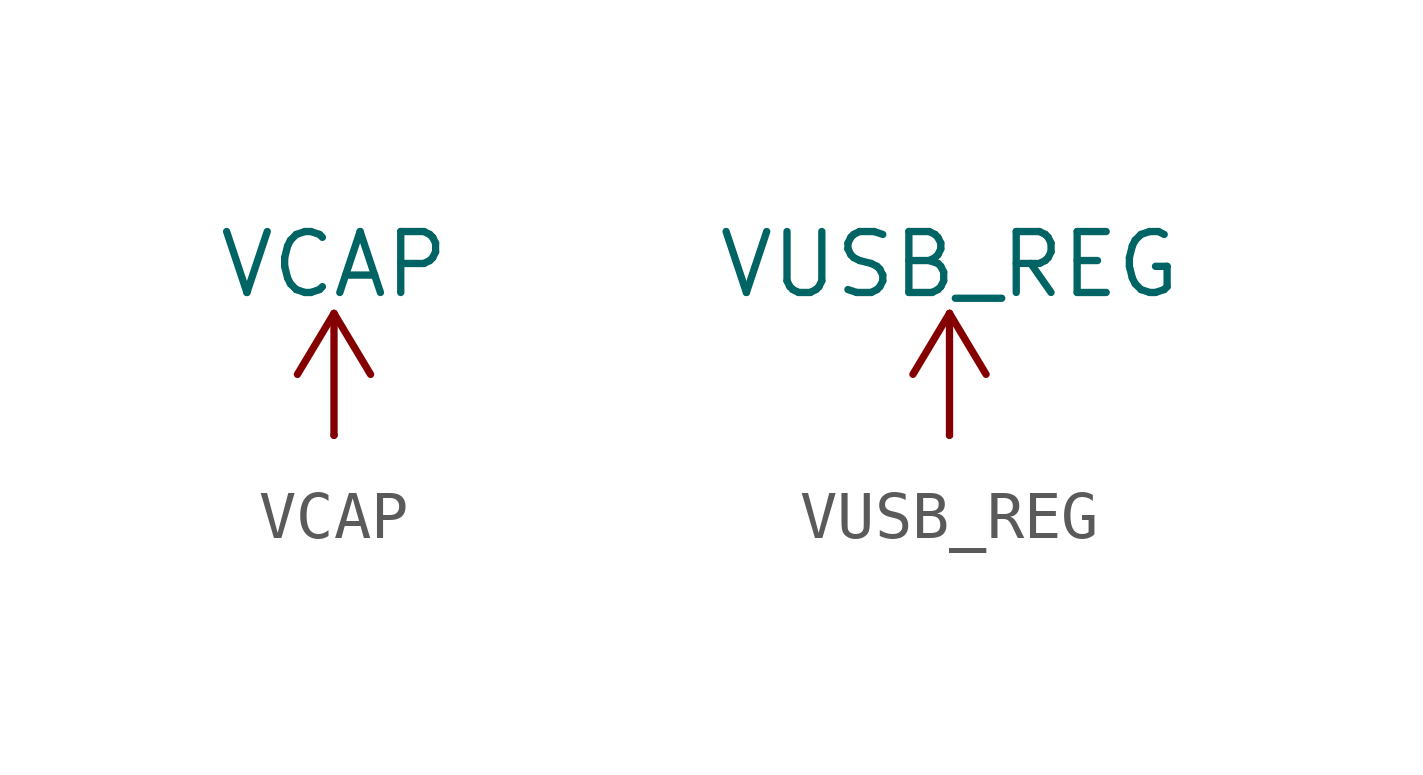
<source format=kicad_sym>
(kicad_symbol_lib
  (version 20241209)
  (generator "kicad_symbol_editor")
  (generator_version "9.0")
  (symbol "VCAP"
    (power)
    (pin_numbers
      (hide yes))
    (pin_names
      (offset 0)
      (hide yes))
    (property "Reference" "#PWR"
      (at 0 -3.81 0)
      (effects (font (size 1.27 1.27)) (hide yes)))
    (property "Value" "VCAP"
      (at 0 3.556 0)
      (effects (font (size 1.27 1.27))))
    (symbol "VCAP_0_1"
      (polyline (pts (xy -0.762 1.27) (xy 0 2.54)) (stroke (width 0) (type default)) (fill (type none)))
      (polyline (pts (xy 0 2.54) (xy 0.762 1.27)) (stroke (width 0) (type default)) (fill (type none)))
      (polyline (pts (xy 0 0) (xy 0 2.54)) (stroke (width 0) (type default)) (fill (type none))))
    (symbol "VCAP_1_1"
      (pin power_in line (at 0 0 90) (length 0) (name "~" (effects (font (size 1.27 1.27)))) (number "1" (effects (font (size 1.27 1.27)))))))
  (symbol "VUSB_REG"
    (power)
    (pin_numbers
      (hide yes))
    (pin_names
      (offset 0)
      (hide yes))
    (property "Reference" "#PWR"
      (at 0 -3.81 0)
      (effects (font (size 1.27 1.27)) (hide yes)))
    (property "Value" "VUSB_REG"
      (at 0 3.556 0)
      (effects (font (size 1.27 1.27))))
    (symbol "VUSB_REG_0_1"
      (polyline (pts (xy -0.762 1.27) (xy 0 2.54)) (stroke (width 0) (type default)) (fill (type none)))
      (polyline (pts (xy 0 2.54) (xy 0.762 1.27)) (stroke (width 0) (type default)) (fill (type none)))
      (polyline (pts (xy 0 0) (xy 0 2.54)) (stroke (width 0) (type default)) (fill (type none))))
    (symbol "VUSB_REG_1_1"
      (pin power_in line (at 0 0 90) (length 0) (name "~" (effects (font (size 1.27 1.27)))) (number "1" (effects (font (size 1.27 1.27))))))))
</source>
